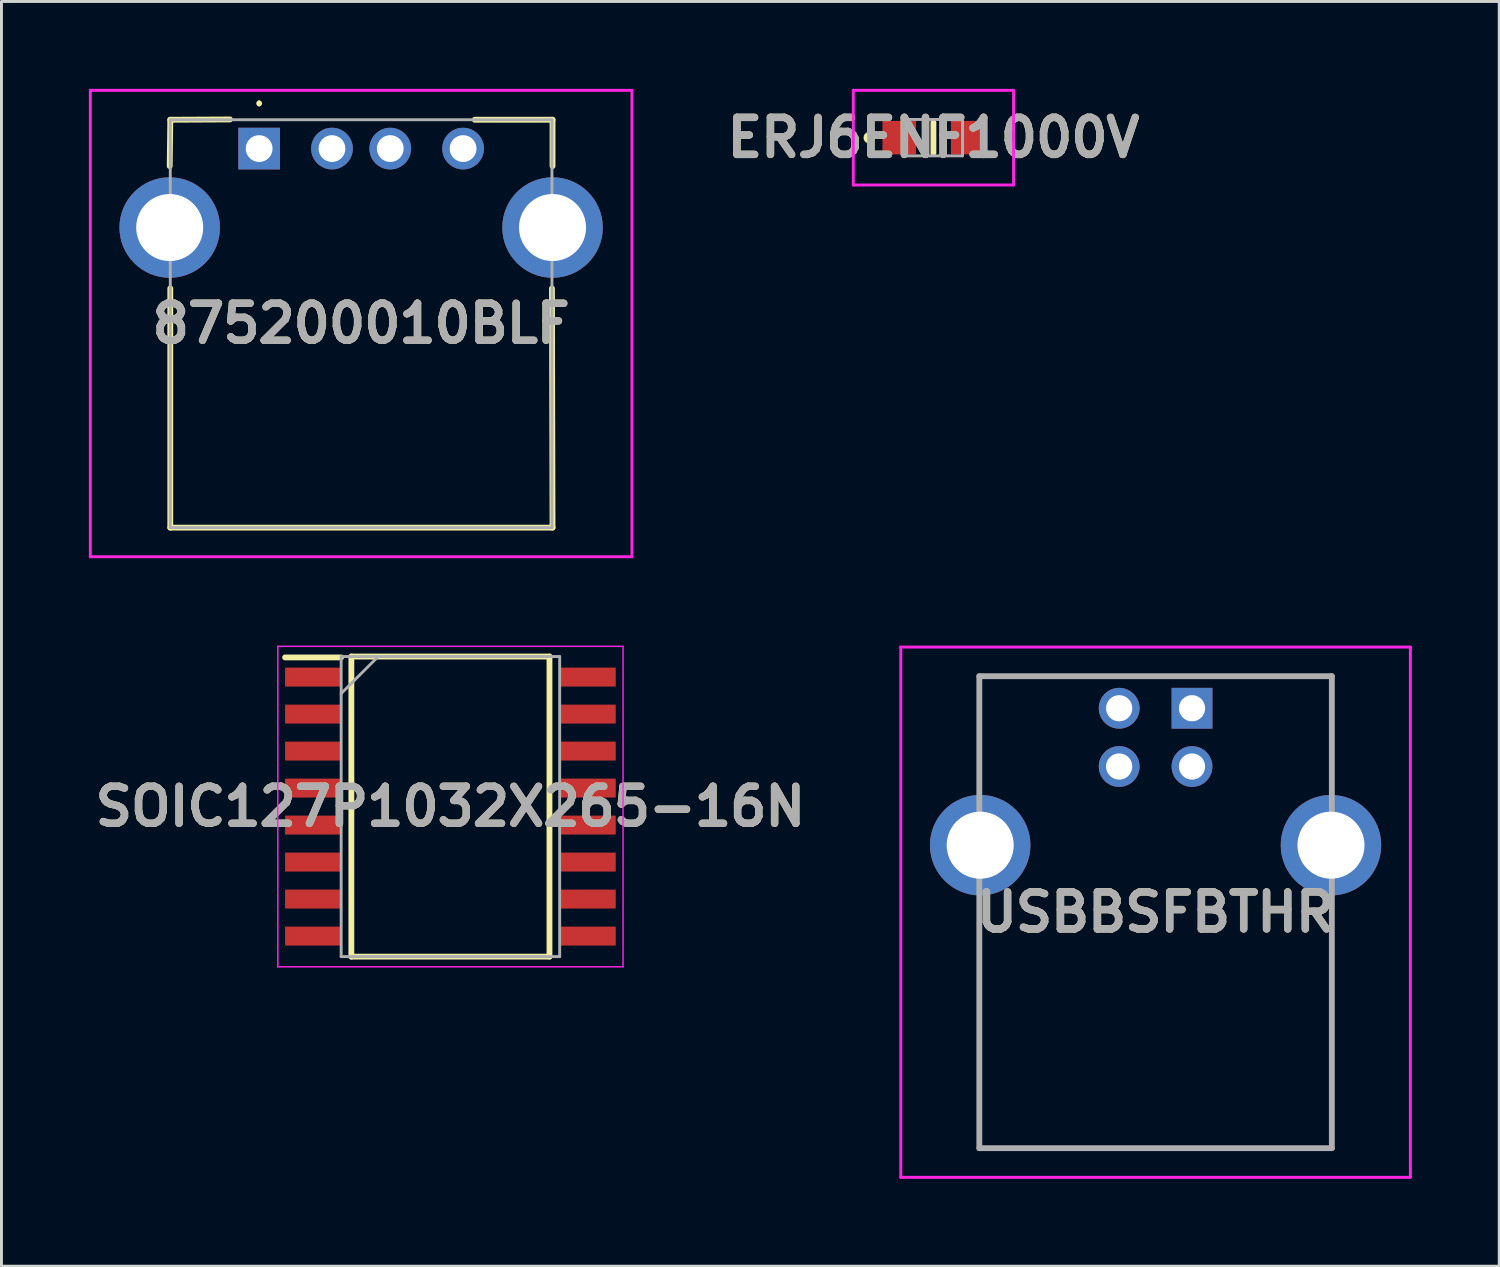
<source format=kicad_pcb>
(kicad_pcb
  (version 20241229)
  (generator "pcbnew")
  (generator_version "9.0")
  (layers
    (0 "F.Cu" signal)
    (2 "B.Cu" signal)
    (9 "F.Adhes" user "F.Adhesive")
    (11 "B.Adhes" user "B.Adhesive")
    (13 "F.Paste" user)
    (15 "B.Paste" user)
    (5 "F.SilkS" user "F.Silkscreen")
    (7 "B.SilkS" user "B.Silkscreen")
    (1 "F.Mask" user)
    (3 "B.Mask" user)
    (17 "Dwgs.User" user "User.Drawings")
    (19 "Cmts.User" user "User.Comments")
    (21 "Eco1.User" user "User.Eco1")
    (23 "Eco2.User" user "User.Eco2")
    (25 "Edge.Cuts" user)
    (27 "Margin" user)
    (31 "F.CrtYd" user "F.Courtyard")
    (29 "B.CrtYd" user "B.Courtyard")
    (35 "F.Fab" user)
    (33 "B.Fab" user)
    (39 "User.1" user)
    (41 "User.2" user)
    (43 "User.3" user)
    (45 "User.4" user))
  (footprint "875200010BLF"
    (layer "F.Cu")
    (at 5.845 2.05)
    (property "Reference" "875200010BLF" (at 3.5 6.005 0) (layer "F.SilkS") (effects (font (size 1.27 1.27) (thickness 0.254))))
    (attr through_hole)
    (fp_line (start -3.07 0.6) (end -3.05 -0.99) (stroke (width 0.2) (type solid)) (layer "F.SilkS"))
    (fp_line (start -3.05 -0.99) (end -1 -1) (stroke (width 0.2) (type solid)) (layer "F.SilkS"))
    (fp_line (start -3.05 13.01) (end -3.05 4.8) (stroke (width 0.2) (type solid)) (layer "F.SilkS"))
    (fp_line (start 0 -1.6) (end 0 -1.6) (stroke (width 0.1) (type solid)) (layer "F.SilkS"))
    (fp_line (start 0 -1.5) (end 0 -1.5) (stroke (width 0.1) (type solid)) (layer "F.SilkS"))
    (fp_line (start 7.4 -0.99) (end 10.07 -0.99) (stroke (width 0.2) (type solid)) (layer "F.SilkS"))
    (fp_line (start 10.05 4.8) (end 10.07 13.01) (stroke (width 0.2) (type solid)) (layer "F.SilkS"))
    (fp_line (start 10.07 -0.99) (end 10.07 0.6) (stroke (width 0.2) (type solid)) (layer "F.SilkS"))
    (fp_line (start 10.07 13.01) (end -3.05 13.01) (stroke (width 0.2) (type solid)) (layer "F.SilkS"))
    (fp_arc (start 0 -1.6) (mid 0.05 -1.55) (end 0 -1.5) (stroke (width 0.1) (type solid)) (layer "F.SilkS"))
    (fp_arc (start 0 -1.5) (mid -0.05 -1.55) (end 0 -1.6) (stroke (width 0.1) (type solid)) (layer "F.SilkS"))
    (fp_line (start -5.795 -2) (end 12.795 -2) (stroke (width 0.1) (type solid)) (layer "F.CrtYd"))
    (fp_line (start -5.795 14.01) (end -5.795 -2) (stroke (width 0.1) (type solid)) (layer "F.CrtYd"))
    (fp_line (start 12.795 -2) (end 12.795 14.01) (stroke (width 0.1) (type solid)) (layer "F.CrtYd"))
    (fp_line (start 12.795 14.01) (end -5.795 14.01) (stroke (width 0.1) (type solid)) (layer "F.CrtYd"))
    (fp_line (start -3.05 -0.99) (end -3.05 13.01) (stroke (width 0.1) (type solid)) (layer "F.Fab"))
    (fp_line (start -3.05 13.01) (end 10.05 13.01) (stroke (width 0.1) (type solid)) (layer "F.Fab"))
    (fp_line (start 10.05 -0.99) (end -3.05 -0.99) (stroke (width 0.1) (type solid)) (layer "F.Fab"))
    (fp_line (start 10.05 13.01) (end 10.05 -0.99) (stroke (width 0.1) (type solid)) (layer "F.Fab"))
    (fp_text user "${REFERENCE}" (at 3.5 6.005 0) (layer "F.Fab") (effects (font (size 1.27 1.27) (thickness 0.254))))
    (pad "1" thru_hole rect (at 0 0) (size 1.431 1.431) (drill 0.92) (layers "*.Cu" "*.Mask"))
    (pad "2" thru_hole circle (at 2.5 0) (size 1.431 1.431) (drill 0.92) (layers "*.Cu" "*.Mask"))
    (pad "3" thru_hole circle (at 4.5 0) (size 1.431 1.431) (drill 0.92) (layers "*.Cu" "*.Mask"))
    (pad "4" thru_hole circle (at 7 0) (size 1.431 1.431) (drill 0.92) (layers "*.Cu" "*.Mask"))
    (pad "MH1" thru_hole circle (at -3.07 2.71) (size 3.45 3.45) (drill 2.3) (layers "*.Cu" "*.Mask"))
    (pad "MH2" thru_hole circle (at 10.07 2.71) (size 3.45 3.45) (drill 2.3) (layers "*.Cu" "*.Mask")))
  (footprint "SOIC127P1032X265-16N"
    (layer "F.Cu")
    (at 12.41 24.635)
    (property "Reference" "SOIC127P1032X265-16N" (at 0 0 0) (layer "F.SilkS") (effects (font (size 1.27 1.27) (thickness 0.254))))
    (attr smd)
    (fp_line (start -5.675 -5.12) (end -3.75 -5.12) (stroke (width 0.2) (type solid)) (layer "F.SilkS"))
    (fp_line (start -3.4 -5.15) (end 3.4 -5.15) (stroke (width 0.2) (type solid)) (layer "F.SilkS"))
    (fp_line (start -3.4 5.15) (end -3.4 -5.15) (stroke (width 0.2) (type solid)) (layer "F.SilkS"))
    (fp_line (start 3.4 -5.15) (end 3.4 5.15) (stroke (width 0.2) (type solid)) (layer "F.SilkS"))
    (fp_line (start 3.4 5.15) (end -3.4 5.15) (stroke (width 0.2) (type solid)) (layer "F.SilkS"))
    (fp_line (start -5.925 -5.5) (end 5.925 -5.5) (stroke (width 0.05) (type solid)) (layer "F.CrtYd"))
    (fp_line (start -5.925 5.5) (end -5.925 -5.5) (stroke (width 0.05) (type solid)) (layer "F.CrtYd"))
    (fp_line (start 5.925 -5.5) (end 5.925 5.5) (stroke (width 0.05) (type solid)) (layer "F.CrtYd"))
    (fp_line (start 5.925 5.5) (end -5.925 5.5) (stroke (width 0.05) (type solid)) (layer "F.CrtYd"))
    (fp_line (start -3.75 -5.15) (end 3.75 -5.15) (stroke (width 0.1) (type solid)) (layer "F.Fab"))
    (fp_line (start -3.75 -3.88) (end -2.48 -5.15) (stroke (width 0.1) (type solid)) (layer "F.Fab"))
    (fp_line (start -3.75 5.15) (end -3.75 -5.15) (stroke (width 0.1) (type solid)) (layer "F.Fab"))
    (fp_line (start 3.75 -5.15) (end 3.75 5.15) (stroke (width 0.1) (type solid)) (layer "F.Fab"))
    (fp_line (start 3.75 5.15) (end -3.75 5.15) (stroke (width 0.1) (type solid)) (layer "F.Fab"))
    (fp_text user "${REFERENCE}" (at 0 0 0) (layer "F.Fab") (effects (font (size 1.27 1.27) (thickness 0.254))))
    (pad "1" smd rect (at -4.712 -4.445 90) (size 0.65 1.925) (layers "F.Cu" "F.Mask" "F.Paste"))
    (pad "2" smd rect (at -4.712 -3.175 90) (size 0.65 1.925) (layers "F.Cu" "F.Mask" "F.Paste"))
    (pad "3" smd rect (at -4.712 -1.905 90) (size 0.65 1.925) (layers "F.Cu" "F.Mask" "F.Paste"))
    (pad "4" smd rect (at -4.712 -0.635 90) (size 0.65 1.925) (layers "F.Cu" "F.Mask" "F.Paste"))
    (pad "5" smd rect (at -4.712 0.635 90) (size 0.65 1.925) (layers "F.Cu" "F.Mask" "F.Paste"))
    (pad "6" smd rect (at -4.712 1.905 90) (size 0.65 1.925) (layers "F.Cu" "F.Mask" "F.Paste"))
    (pad "7" smd rect (at -4.712 3.175 90) (size 0.65 1.925) (layers "F.Cu" "F.Mask" "F.Paste"))
    (pad "8" smd rect (at -4.712 4.445 90) (size 0.65 1.925) (layers "F.Cu" "F.Mask" "F.Paste"))
    (pad "9" smd rect (at 4.712 4.445 90) (size 0.65 1.925) (layers "F.Cu" "F.Mask" "F.Paste"))
    (pad "10" smd rect (at 4.712 3.175 90) (size 0.65 1.925) (layers "F.Cu" "F.Mask" "F.Paste"))
    (pad "11" smd rect (at 4.712 1.905 90) (size 0.65 1.925) (layers "F.Cu" "F.Mask" "F.Paste"))
    (pad "12" smd rect (at 4.712 0.635 90) (size 0.65 1.925) (layers "F.Cu" "F.Mask" "F.Paste"))
    (pad "13" smd rect (at 4.712 -0.635 90) (size 0.65 1.925) (layers "F.Cu" "F.Mask" "F.Paste"))
    (pad "14" smd rect (at 4.712 -1.905 90) (size 0.65 1.925) (layers "F.Cu" "F.Mask" "F.Paste"))
    (pad "15" smd rect (at 4.712 -3.175 90) (size 0.65 1.925) (layers "F.Cu" "F.Mask" "F.Paste"))
    (pad "16" smd rect (at 4.712 -4.445 90) (size 0.65 1.925) (layers "F.Cu" "F.Mask" "F.Paste")))
  (footprint "ERJ6ENF1000V"
    (layer "F.Cu")
    (at 28.989 1.675)
    (property "Reference" "ERJ6ENF1000V" (at 0 0 0) (layer "F.SilkS") (effects (font (size 1.27 1.27) (thickness 0.254))))
    (attr smd)
    (fp_line (start -2.2 -0.1) (end -2.2 -0.1) (stroke (width 0.2) (type solid)) (layer "F.SilkS"))
    (fp_line (start -2.2 0.1) (end -2.2 0.1) (stroke (width 0.2) (type solid)) (layer "F.SilkS"))
    (fp_line (start 0 -0.525) (end 0 0.525) (stroke (width 0.2) (type solid)) (layer "F.SilkS"))
    (fp_arc (start -2.2 -0.1) (mid -2.1 0) (end -2.2 0.1) (stroke (width 0.2) (type solid)) (layer "F.SilkS"))
    (fp_arc (start -2.2 0.1) (mid -2.3 0) (end -2.2 -0.1) (stroke (width 0.2) (type solid)) (layer "F.SilkS"))
    (fp_line (start -2.75 -1.625) (end 2.75 -1.625) (stroke (width 0.1) (type solid)) (layer "F.CrtYd"))
    (fp_line (start -2.75 1.625) (end -2.75 -1.625) (stroke (width 0.1) (type solid)) (layer "F.CrtYd"))
    (fp_line (start 2.75 -1.625) (end 2.75 1.625) (stroke (width 0.1) (type solid)) (layer "F.CrtYd"))
    (fp_line (start 2.75 1.625) (end -2.75 1.625) (stroke (width 0.1) (type solid)) (layer "F.CrtYd"))
    (fp_line (start -1 -0.625) (end 1 -0.625) (stroke (width 0.1) (type solid)) (layer "F.Fab"))
    (fp_line (start -1 0.625) (end -1 -0.625) (stroke (width 0.1) (type solid)) (layer "F.Fab"))
    (fp_line (start 1 -0.625) (end 1 0.625) (stroke (width 0.1) (type solid)) (layer "F.Fab"))
    (fp_line (start 1 0.625) (end -1 0.625) (stroke (width 0.1) (type solid)) (layer "F.Fab"))
    (fp_text user "${REFERENCE}" (at 0 0 0) (layer "F.Fab") (effects (font (size 1.27 1.27) (thickness 0.254))))
    (pad "1" smd rect (at -1.175 0) (size 1.15 1.15) (layers "F.Cu" "F.Mask" "F.Paste"))
    (pad "2" smd rect (at 1.175 0) (size 1.15 1.15) (layers "F.Cu" "F.Mask" "F.Paste")))
  (footprint "USBBSFBTHR"
    (layer "F.Cu")
    (at 37.864 21.26)
    (property "Reference" "USBBSFBTHR" (at -1.25 7 0) (layer "F.SilkS") (effects (font (size 1.27 1.27) (thickness 0.254))))
    (attr through_hole)
    (fp_line (start -7.3 -1.1) (end -7.3 -1.1) (stroke (width 0.1) (type solid)) (layer "F.SilkS"))
    (fp_line (start -7.3 -1.1) (end -7.3 -1.1) (stroke (width 0.1) (type solid)) (layer "F.SilkS"))
    (fp_line (start -7.3 -1.1) (end -7.3 2.25) (stroke (width 0.1) (type solid)) (layer "F.SilkS"))
    (fp_line (start -7.3 -1.1) (end -3.75 -1.1) (stroke (width 0.1) (type solid)) (layer "F.SilkS"))
    (fp_line (start -7.3 2.25) (end -7.3 -1.1) (stroke (width 0.1) (type solid)) (layer "F.SilkS"))
    (fp_line (start -7.3 2.25) (end -7.3 2.25) (stroke (width 0.1) (type solid)) (layer "F.SilkS"))
    (fp_line (start -7.3 7) (end -7.3 7) (stroke (width 0.1) (type solid)) (layer "F.SilkS"))
    (fp_line (start -7.3 7) (end -7.3 15.1) (stroke (width 0.1) (type solid)) (layer "F.SilkS"))
    (fp_line (start -7.3 15.1) (end -7.3 7) (stroke (width 0.1) (type solid)) (layer "F.SilkS"))
    (fp_line (start -7.3 15.1) (end -7.3 15.1) (stroke (width 0.1) (type solid)) (layer "F.SilkS"))
    (fp_line (start -7.3 15.1) (end -7.3 15.1) (stroke (width 0.1) (type solid)) (layer "F.SilkS"))
    (fp_line (start -7.3 15.1) (end 4.8 15.1) (stroke (width 0.1) (type solid)) (layer "F.SilkS"))
    (fp_line (start -3.75 -1.1) (end -7.3 -1.1) (stroke (width 0.1) (type solid)) (layer "F.SilkS"))
    (fp_line (start -3.75 -1.1) (end -3.75 -1.1) (stroke (width 0.1) (type solid)) (layer "F.SilkS"))
    (fp_line (start 1.25 -1.1) (end 1.25 -1.1) (stroke (width 0.1) (type solid)) (layer "F.SilkS"))
    (fp_line (start 1.25 -1.1) (end 4.8 -1.1) (stroke (width 0.1) (type solid)) (layer "F.SilkS"))
    (fp_line (start 4.8 -1.1) (end 1.25 -1.1) (stroke (width 0.1) (type solid)) (layer "F.SilkS"))
    (fp_line (start 4.8 -1.1) (end 4.8 -1.1) (stroke (width 0.1) (type solid)) (layer "F.SilkS"))
    (fp_line (start 4.8 -1.1) (end 4.8 -1.1) (stroke (width 0.1) (type solid)) (layer "F.SilkS"))
    (fp_line (start 4.8 -1.1) (end 4.8 2.25) (stroke (width 0.1) (type solid)) (layer "F.SilkS"))
    (fp_line (start 4.8 2.25) (end 4.8 -1.1) (stroke (width 0.1) (type solid)) (layer "F.SilkS"))
    (fp_line (start 4.8 2.25) (end 4.8 2.25) (stroke (width 0.1) (type solid)) (layer "F.SilkS"))
    (fp_line (start 4.8 7) (end 4.8 7) (stroke (width 0.1) (type solid)) (layer "F.SilkS"))
    (fp_line (start 4.8 7) (end 4.8 15.1) (stroke (width 0.1) (type solid)) (layer "F.SilkS"))
    (fp_line (start 4.8 15.1) (end -7.3 15.1) (stroke (width 0.1) (type solid)) (layer "F.SilkS"))
    (fp_line (start 4.8 15.1) (end 4.8 7) (stroke (width 0.1) (type solid)) (layer "F.SilkS"))
    (fp_line (start 4.8 15.1) (end 4.8 15.1) (stroke (width 0.1) (type solid)) (layer "F.SilkS"))
    (fp_line (start 4.8 15.1) (end 4.8 15.1) (stroke (width 0.1) (type solid)) (layer "F.SilkS"))
    (fp_line (start -9.995 -2.1) (end 7.495 -2.1) (stroke (width 0.1) (type solid)) (layer "F.CrtYd"))
    (fp_line (start -9.995 16.1) (end -9.995 -2.1) (stroke (width 0.1) (type solid)) (layer "F.CrtYd"))
    (fp_line (start 7.495 -2.1) (end 7.495 16.1) (stroke (width 0.1) (type solid)) (layer "F.CrtYd"))
    (fp_line (start 7.495 16.1) (end -9.995 16.1) (stroke (width 0.1) (type solid)) (layer "F.CrtYd"))
    (fp_line (start -7.3 -1.1) (end -7.3 15.1) (stroke (width 0.2) (type solid)) (layer "F.Fab"))
    (fp_line (start -7.3 15.1) (end 4.8 15.1) (stroke (width 0.2) (type solid)) (layer "F.Fab"))
    (fp_line (start 4.8 -1.1) (end -7.3 -1.1) (stroke (width 0.2) (type solid)) (layer "F.Fab"))
    (fp_line (start 4.8 15.1) (end 4.8 -1.1) (stroke (width 0.2) (type solid)) (layer "F.Fab"))
    (fp_text user "${REFERENCE}" (at -1.25 7 0) (layer "F.Fab") (effects (font (size 1.27 1.27) (thickness 0.254))))
    (pad "1" thru_hole rect (at 0 0) (size 1.4 1.4) (drill 0.9) (layers "*.Cu" "*.Mask"))
    (pad "2" thru_hole circle (at -2.5 0) (size 1.4 1.4) (drill 0.9) (layers "*.Cu" "*.Mask"))
    (pad "3" thru_hole circle (at -2.5 2) (size 1.4 1.4) (drill 0.9) (layers "*.Cu" "*.Mask"))
    (pad "4" thru_hole circle (at 0 2) (size 1.4 1.4) (drill 0.9) (layers "*.Cu" "*.Mask"))
    (pad "MH1" thru_hole circle (at 4.77 4.7) (size 3.45 3.45) (drill 2.3) (layers "*.Cu" "*.Mask"))
    (pad "MH2" thru_hole circle (at -7.27 4.7) (size 3.45 3.45) (drill 2.3) (layers "*.Cu" "*.Mask")))
  (gr_rect
    (start -3 -3)
    (end 48.409 40.41)
    (stroke (width 0.1) (type default))
    (fill no)
    (layer "Edge.Cuts")))
</source>
